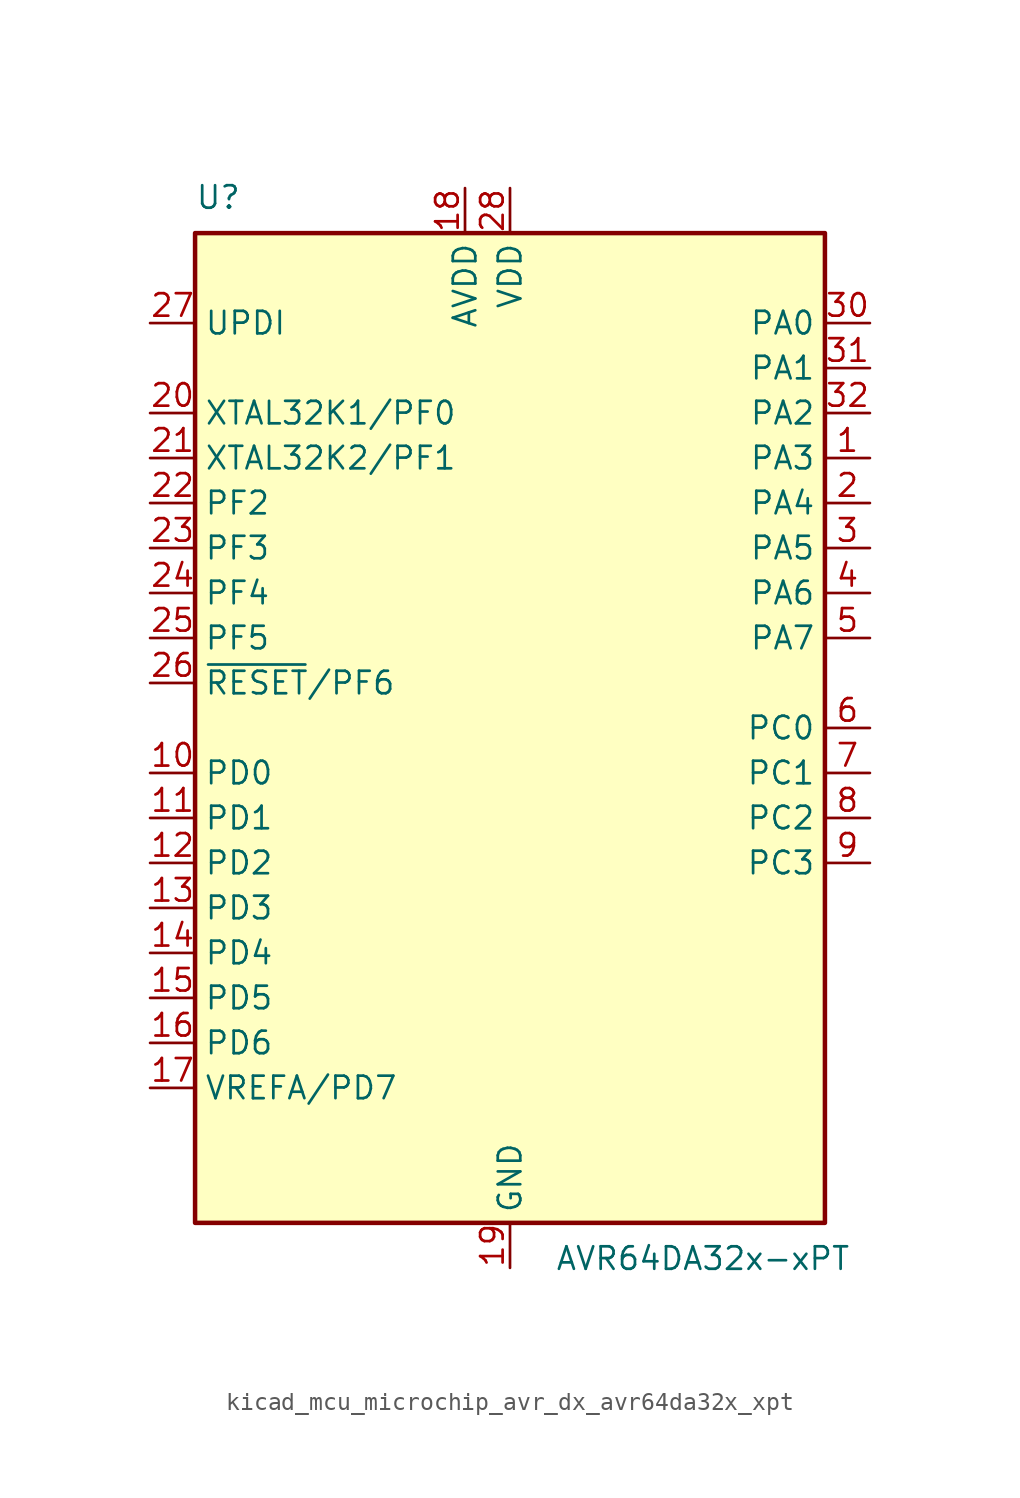
<source format=kicad_sym>
(kicad_symbol_lib
  (version 20220914)
  (generator kicad_symbol_editor)
  (symbol "kicad_mcu_microchip_avr_dx_avr64da32x_xpt"
    (property "Reference" "U"
      (at -17.78 29.21 0)
      (effects (font (size 1.27 1.27)) (justify left bottom)))
    (property "Value" "AVR64DA32x-xPT"
      (at 2.54 -29.21 0)
      (effects (font (size 1.27 1.27)) (justify left top)))
    (symbol "kicad_mcu_microchip_avr_dx_avr64da32x_xpt_0_1"
      (rectangle (start -17.78 27.94) (end 17.78 -27.94) (stroke (width 0.254) (type default)) (fill (type background))))
    (symbol "kicad_mcu_microchip_avr_dx_avr64da32x_xpt_1_1"
      (pin bidirectional line (at 20.32 15.24 180) (length 2.54) (name "PA3" (effects (font (size 1.27 1.27)))) (number "1" (effects (font (size 1.27 1.27)))))
      (pin bidirectional line (at -20.32 -2.54 0) (length 2.54) (name "PD0" (effects (font (size 1.27 1.27)))) (number "10" (effects (font (size 1.27 1.27)))))
      (pin bidirectional line (at -20.32 -5.08 0) (length 2.54) (name "PD1" (effects (font (size 1.27 1.27)))) (number "11" (effects (font (size 1.27 1.27)))))
      (pin bidirectional line (at -20.32 -7.62 0) (length 2.54) (name "PD2" (effects (font (size 1.27 1.27)))) (number "12" (effects (font (size 1.27 1.27)))))
      (pin bidirectional line (at -20.32 -10.16 0) (length 2.54) (name "PD3" (effects (font (size 1.27 1.27)))) (number "13" (effects (font (size 1.27 1.27)))))
      (pin bidirectional line (at -20.32 -12.7 0) (length 2.54) (name "PD4" (effects (font (size 1.27 1.27)))) (number "14" (effects (font (size 1.27 1.27)))))
      (pin bidirectional line (at -20.32 -15.24 0) (length 2.54) (name "PD5" (effects (font (size 1.27 1.27)))) (number "15" (effects (font (size 1.27 1.27)))))
      (pin bidirectional line (at -20.32 -17.78 0) (length 2.54) (name "PD6" (effects (font (size 1.27 1.27)))) (number "16" (effects (font (size 1.27 1.27)))))
      (pin bidirectional line (at -20.32 -20.32 0) (length 2.54) (name "VREFA/PD7" (effects (font (size 1.27 1.27)))) (number "17" (effects (font (size 1.27 1.27)))))
      (pin power_in line (at -2.54 30.48 270) (length 2.54) (name "AVDD" (effects (font (size 1.27 1.27)))) (number "18" (effects (font (size 1.27 1.27)))))
      (pin power_in line (at 0 -30.48 90) (length 2.54) (name "GND" (effects (font (size 1.27 1.27)))) (number "19" (effects (font (size 1.27 1.27)))))
      (pin bidirectional line (at 20.32 12.7 180) (length 2.54) (name "PA4" (effects (font (size 1.27 1.27)))) (number "2" (effects (font (size 1.27 1.27)))))
      (pin bidirectional line (at -20.32 17.78 0) (length 2.54) (name "XTAL32K1/PF0" (effects (font (size 1.27 1.27)))) (number "20" (effects (font (size 1.27 1.27)))))
      (pin bidirectional line (at -20.32 15.24 0) (length 2.54) (name "XTAL32K2/PF1" (effects (font (size 1.27 1.27)))) (number "21" (effects (font (size 1.27 1.27)))))
      (pin bidirectional line (at -20.32 12.7 0) (length 2.54) (name "PF2" (effects (font (size 1.27 1.27)))) (number "22" (effects (font (size 1.27 1.27)))))
      (pin bidirectional line (at -20.32 10.16 0) (length 2.54) (name "PF3" (effects (font (size 1.27 1.27)))) (number "23" (effects (font (size 1.27 1.27)))))
      (pin bidirectional line (at -20.32 7.62 0) (length 2.54) (name "PF4" (effects (font (size 1.27 1.27)))) (number "24" (effects (font (size 1.27 1.27)))))
      (pin bidirectional line (at -20.32 5.08 0) (length 2.54) (name "PF5" (effects (font (size 1.27 1.27)))) (number "25" (effects (font (size 1.27 1.27)))))
      (pin bidirectional line (at -20.32 2.54 0) (length 2.54) (name "~{RESET}/PF6" (effects (font (size 1.27 1.27)))) (number "26" (effects (font (size 1.27 1.27)))))
      (pin input line (at -20.32 22.86 0) (length 2.54) (name "UPDI" (effects (font (size 1.27 1.27)))) (number "27" (effects (font (size 1.27 1.27)))))
      (pin power_in line (at 0 30.48 270) (length 2.54) (name "VDD" (effects (font (size 1.27 1.27)))) (number "28" (effects (font (size 1.27 1.27)))))
      (pin passive line (at 0 -30.48 90) (length 2.54) hide (name "GND" (effects (font (size 1.27 1.27)))) (number "29" (effects (font (size 1.27 1.27)))))
      (pin bidirectional line (at 20.32 10.16 180) (length 2.54) (name "PA5" (effects (font (size 1.27 1.27)))) (number "3" (effects (font (size 1.27 1.27)))))
      (pin bidirectional line (at 20.32 22.86 180) (length 2.54) (name "PA0" (effects (font (size 1.27 1.27)))) (number "30" (effects (font (size 1.27 1.27)))))
      (pin bidirectional line (at 20.32 20.32 180) (length 2.54) (name "PA1" (effects (font (size 1.27 1.27)))) (number "31" (effects (font (size 1.27 1.27)))))
      (pin bidirectional line (at 20.32 17.78 180) (length 2.54) (name "PA2" (effects (font (size 1.27 1.27)))) (number "32" (effects (font (size 1.27 1.27)))))
      (pin bidirectional line (at 20.32 7.62 180) (length 2.54) (name "PA6" (effects (font (size 1.27 1.27)))) (number "4" (effects (font (size 1.27 1.27)))))
      (pin bidirectional line (at 20.32 5.08 180) (length 2.54) (name "PA7" (effects (font (size 1.27 1.27)))) (number "5" (effects (font (size 1.27 1.27)))))
      (pin bidirectional line (at 20.32 0 180) (length 2.54) (name "PC0" (effects (font (size 1.27 1.27)))) (number "6" (effects (font (size 1.27 1.27)))))
      (pin bidirectional line (at 20.32 -2.54 180) (length 2.54) (name "PC1" (effects (font (size 1.27 1.27)))) (number "7" (effects (font (size 1.27 1.27)))))
      (pin bidirectional line (at 20.32 -5.08 180) (length 2.54) (name "PC2" (effects (font (size 1.27 1.27)))) (number "8" (effects (font (size 1.27 1.27)))))
      (pin bidirectional line (at 20.32 -7.62 180) (length 2.54) (name "PC3" (effects (font (size 1.27 1.27)))) (number "9" (effects (font (size 1.27 1.27))))))))
</source>
